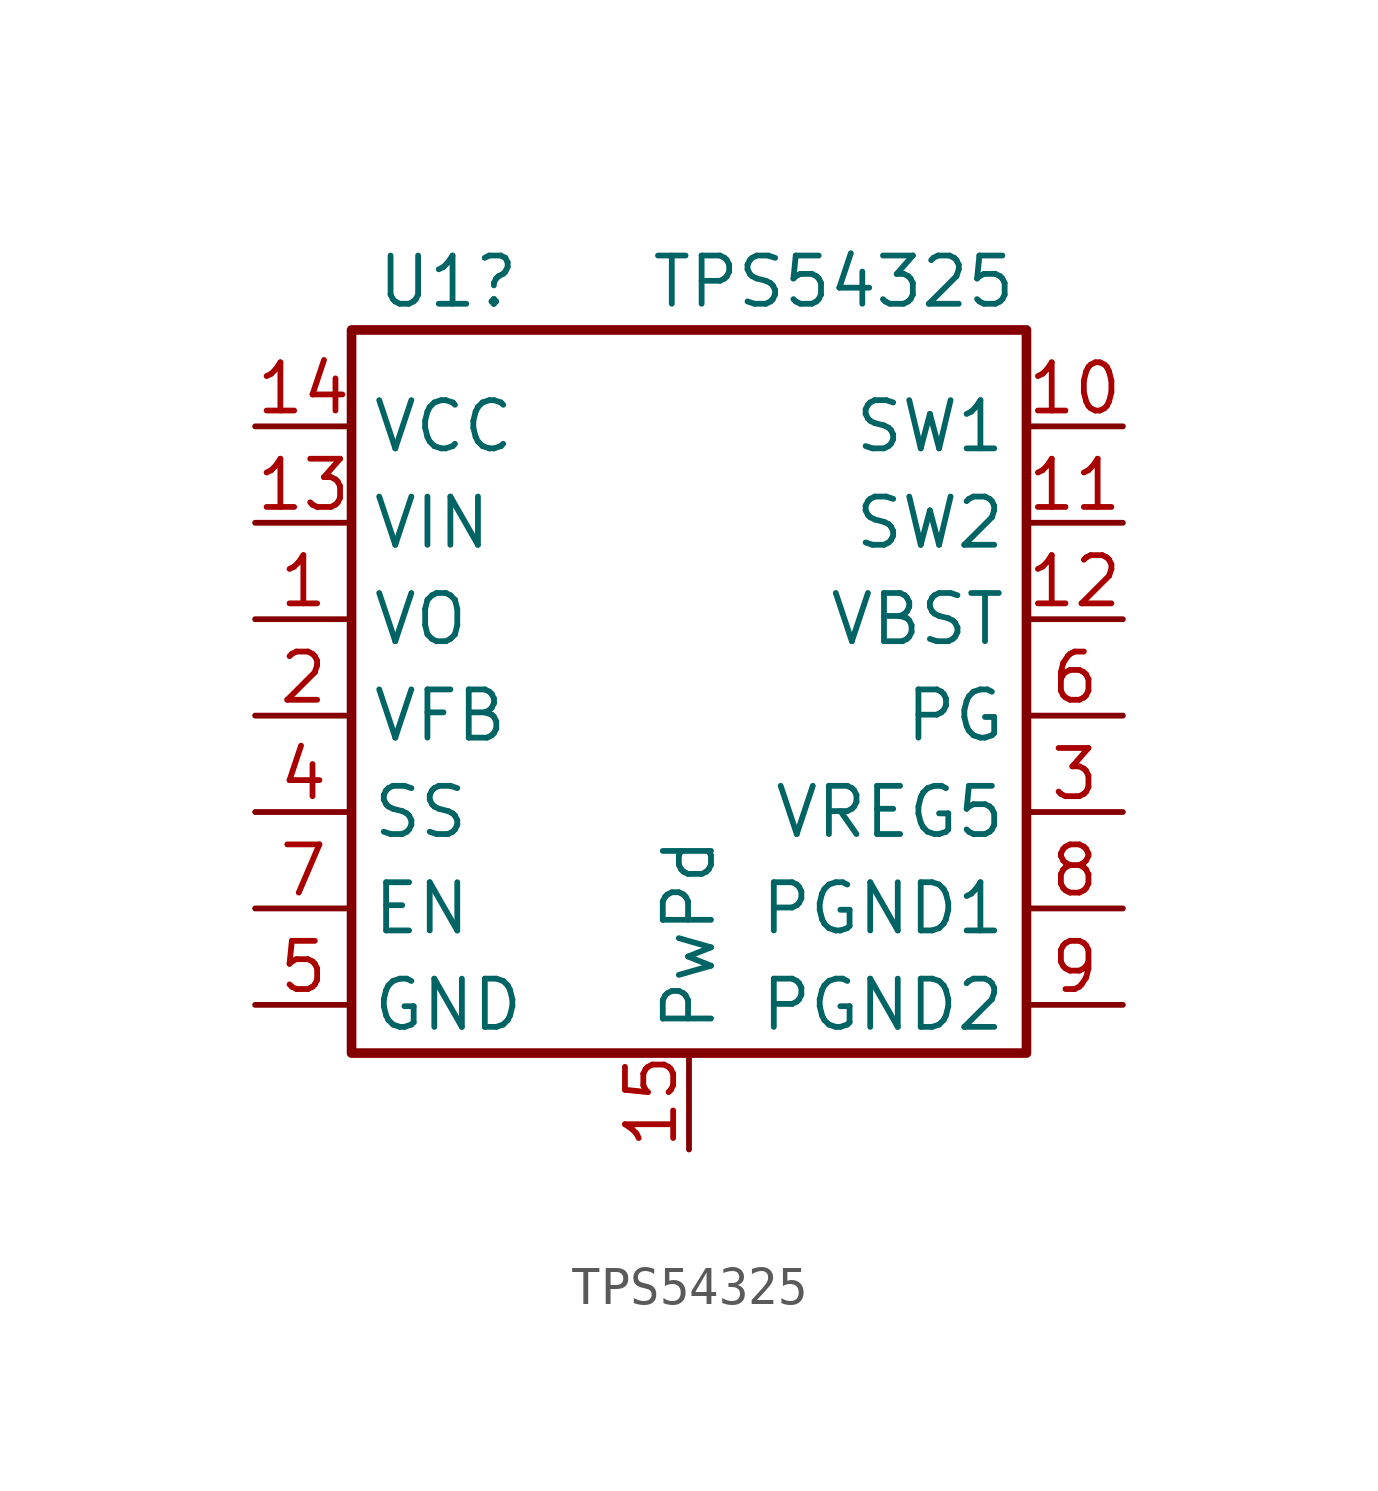
<source format=kicad_sym>
(kicad_symbol_lib
  (version 20220914)
  (generator kicad_symbol_editor)
  (symbol "TPS54325"
    (property "Reference" "U1"
      (at -6.35 10.16 0)
      (effects (font (size 1.27 1.27))))
    (property "Value" "TPS54325"
      (at 3.81 10.16 0)
      (effects (font (size 1.27 1.27))))
    (symbol "TPS54325_1_1"
      (rectangle (start -8.89 8.89) (end 8.89 -10.16) (stroke (width 0.254) (type default)) (fill (type none)))
      (pin input line (at -11.43 1.27 0) (length 2.54) (name "VO" (effects (font (size 1.27 1.27)))) (number "1" (effects (font (size 1.27 1.27)))))
      (pin input line (at 11.43 6.35 180) (length 2.54) (name "SW1" (effects (font (size 1.27 1.27)))) (number "10" (effects (font (size 1.27 1.27)))))
      (pin input line (at 11.43 3.81 180) (length 2.54) (name "SW2" (effects (font (size 1.27 1.27)))) (number "11" (effects (font (size 1.27 1.27)))))
      (pin input line (at 11.43 1.27 180) (length 2.54) (name "VBST" (effects (font (size 1.27 1.27)))) (number "12" (effects (font (size 1.27 1.27)))))
      (pin input line (at -11.43 3.81 0) (length 2.54) (name "VIN" (effects (font (size 1.27 1.27)))) (number "13" (effects (font (size 1.27 1.27)))))
      (pin input line (at -11.43 6.35 0) (length 2.54) (name "VCC" (effects (font (size 1.27 1.27)))) (number "14" (effects (font (size 1.27 1.27)))))
      (pin input line (at 0 -12.7 90) (length 2.54) (name "PwPd" (effects (font (size 1.27 1.27)))) (number "15" (effects (font (size 1.27 1.27)))))
      (pin input line (at -11.43 -1.27 0) (length 2.54) (name "VFB" (effects (font (size 1.27 1.27)))) (number "2" (effects (font (size 1.27 1.27)))))
      (pin input line (at 11.43 -3.81 180) (length 2.54) (name "VREG5" (effects (font (size 1.27 1.27)))) (number "3" (effects (font (size 1.27 1.27)))))
      (pin input line (at -11.43 -3.81 0) (length 2.54) (name "SS" (effects (font (size 1.27 1.27)))) (number "4" (effects (font (size 1.27 1.27)))))
      (pin input line (at -11.43 -8.89 0) (length 2.54) (name "GND" (effects (font (size 1.27 1.27)))) (number "5" (effects (font (size 1.27 1.27)))))
      (pin input line (at 11.43 -1.27 180) (length 2.54) (name "PG" (effects (font (size 1.27 1.27)))) (number "6" (effects (font (size 1.27 1.27)))))
      (pin input line (at -11.43 -6.35 0) (length 2.54) (name "EN" (effects (font (size 1.27 1.27)))) (number "7" (effects (font (size 1.27 1.27)))))
      (pin input line (at 11.43 -6.35 180) (length 2.54) (name "PGND1" (effects (font (size 1.27 1.27)))) (number "8" (effects (font (size 1.27 1.27)))))
      (pin input line (at 11.43 -8.89 180) (length 2.54) (name "PGND2" (effects (font (size 1.27 1.27)))) (number "9" (effects (font (size 1.27 1.27))))))))
</source>
